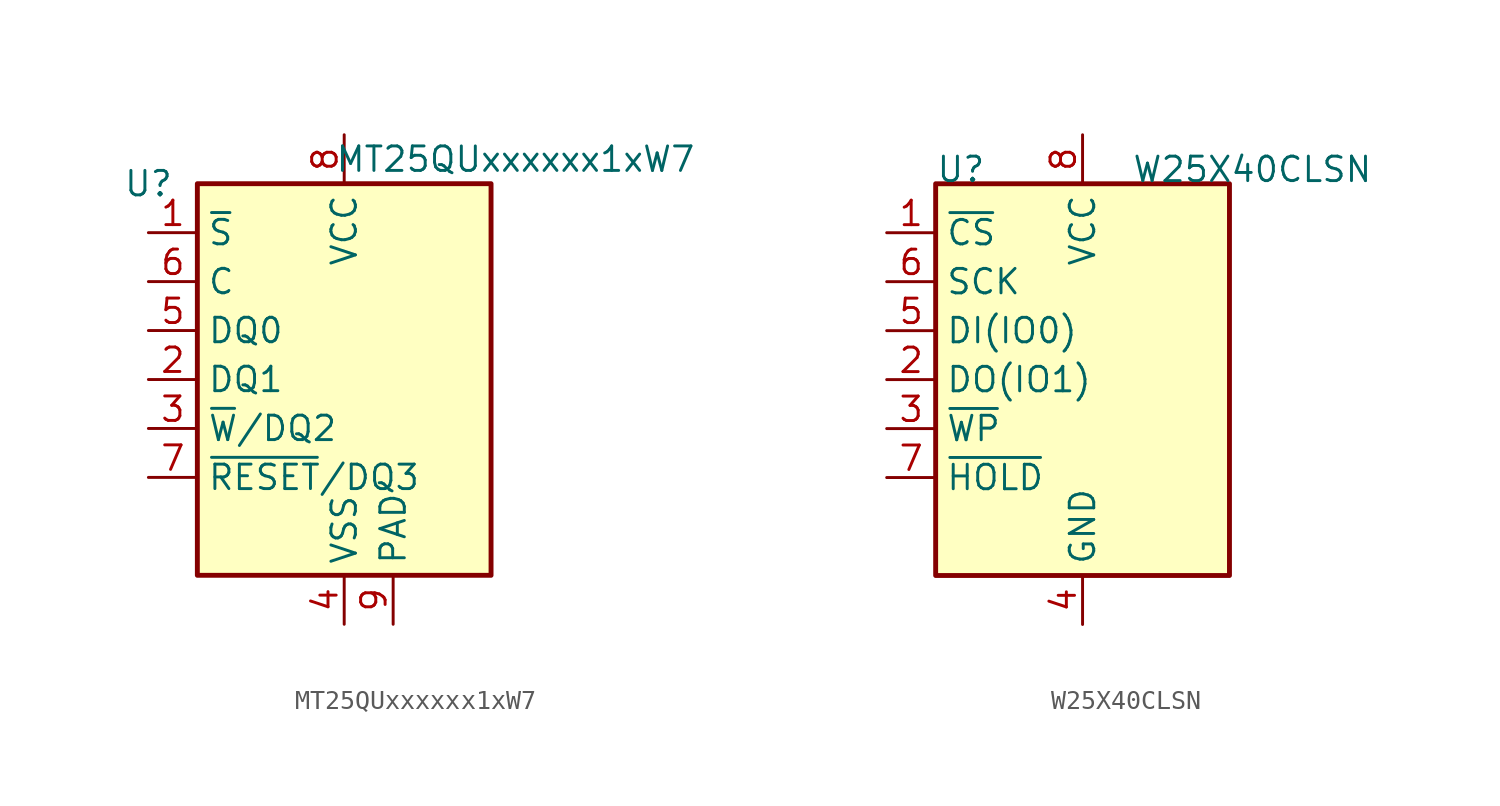
<source format=kicad_sym>
(kicad_symbol_lib
  (version 20220914)
  (generator kicad_symbol_editor)
  (symbol "MT25QUxxxxxx1xW7"
    (property "Reference" "U"
      (at -10.16 10.16 0)
      (effects (font (size 1.27 1.27))))
    (property "Value" "MT25QUxxxxxx1xW7"
      (at 8.89 11.43 0)
      (effects (font (size 1.27 1.27))))
    (symbol "MT25QUxxxxxx1xW7_0_1"
      (rectangle (start -7.62 10.16) (end 7.62 -10.16) (stroke (width 0.254) (type default)) (fill (type background))))
    (symbol "MT25QUxxxxxx1xW7_1_1"
      (pin input line (at -10.16 7.62 0) (length 2.54) (name "~{S}" (effects (font (size 1.27 1.27)))) (number "1" (effects (font (size 1.27 1.27)))))
      (pin bidirectional line (at -10.16 0 0) (length 2.54) (name "DQ1" (effects (font (size 1.27 1.27)))) (number "2" (effects (font (size 1.27 1.27)))))
      (pin input line (at -10.16 -2.54 0) (length 2.54) (name "~{W}/DQ2" (effects (font (size 1.27 1.27)))) (number "3" (effects (font (size 1.27 1.27)))))
      (pin power_in line (at 0 -12.7 90) (length 2.54) (name "VSS" (effects (font (size 1.27 1.27)))) (number "4" (effects (font (size 1.27 1.27)))))
      (pin bidirectional line (at -10.16 2.54 0) (length 2.54) (name "DQ0" (effects (font (size 1.27 1.27)))) (number "5" (effects (font (size 1.27 1.27)))))
      (pin input line (at -10.16 5.08 0) (length 2.54) (name "C" (effects (font (size 1.27 1.27)))) (number "6" (effects (font (size 1.27 1.27)))))
      (pin input line (at -10.16 -5.08 0) (length 2.54) (name "~{RESET}/DQ3" (effects (font (size 1.27 1.27)))) (number "7" (effects (font (size 1.27 1.27)))))
      (pin power_in line (at 0 12.7 270) (length 2.54) (name "VCC" (effects (font (size 1.27 1.27)))) (number "8" (effects (font (size 1.27 1.27)))))
      (pin power_in line (at 2.54 -12.7 90) (length 2.54) (name "PAD" (effects (font (size 1.27 1.27)))) (number "9" (effects (font (size 1.27 1.27)))))))
  (symbol "W25X40CLSN"
    (property "Reference" "U"
      (at -7.62 10.16 0)
      (effects (font (size 1.27 1.27)) (justify left bottom)))
    (property "Value" "W25X40CLSN"
      (at 2.54 10.16 0)
      (effects (font (size 1.27 1.27)) (justify left bottom)))
    (symbol "W25X40CLSN_0_1"
      (rectangle (start -7.62 10.16) (end 7.62 -10.16) (stroke (width 0.254) (type default)) (fill (type background))))
    (symbol "W25X40CLSN_1_1"
      (pin input line (at -10.16 7.62 0) (length 2.54) (name "~{CS}" (effects (font (size 1.27 1.27)))) (number "1" (effects (font (size 1.27 1.27)))))
      (pin bidirectional line (at -10.16 0 0) (length 2.54) (name "DO(IO1)" (effects (font (size 1.27 1.27)))) (number "2" (effects (font (size 1.27 1.27)))))
      (pin bidirectional line (at -10.16 -2.54 0) (length 2.54) (name "~{WP}" (effects (font (size 1.27 1.27)))) (number "3" (effects (font (size 1.27 1.27)))))
      (pin power_in line (at 0 -12.7 90) (length 2.54) (name "GND" (effects (font (size 1.27 1.27)))) (number "4" (effects (font (size 1.27 1.27)))))
      (pin bidirectional line (at -10.16 2.54 0) (length 2.54) (name "DI(IO0)" (effects (font (size 1.27 1.27)))) (number "5" (effects (font (size 1.27 1.27)))))
      (pin input line (at -10.16 5.08 0) (length 2.54) (name "SCK" (effects (font (size 1.27 1.27)))) (number "6" (effects (font (size 1.27 1.27)))))
      (pin bidirectional line (at -10.16 -5.08 0) (length 2.54) (name "~{HOLD}" (effects (font (size 1.27 1.27)))) (number "7" (effects (font (size 1.27 1.27)))))
      (pin power_in line (at 0 12.7 270) (length 2.54) (name "VCC" (effects (font (size 1.27 1.27)))) (number "8" (effects (font (size 1.27 1.27))))))))
</source>
